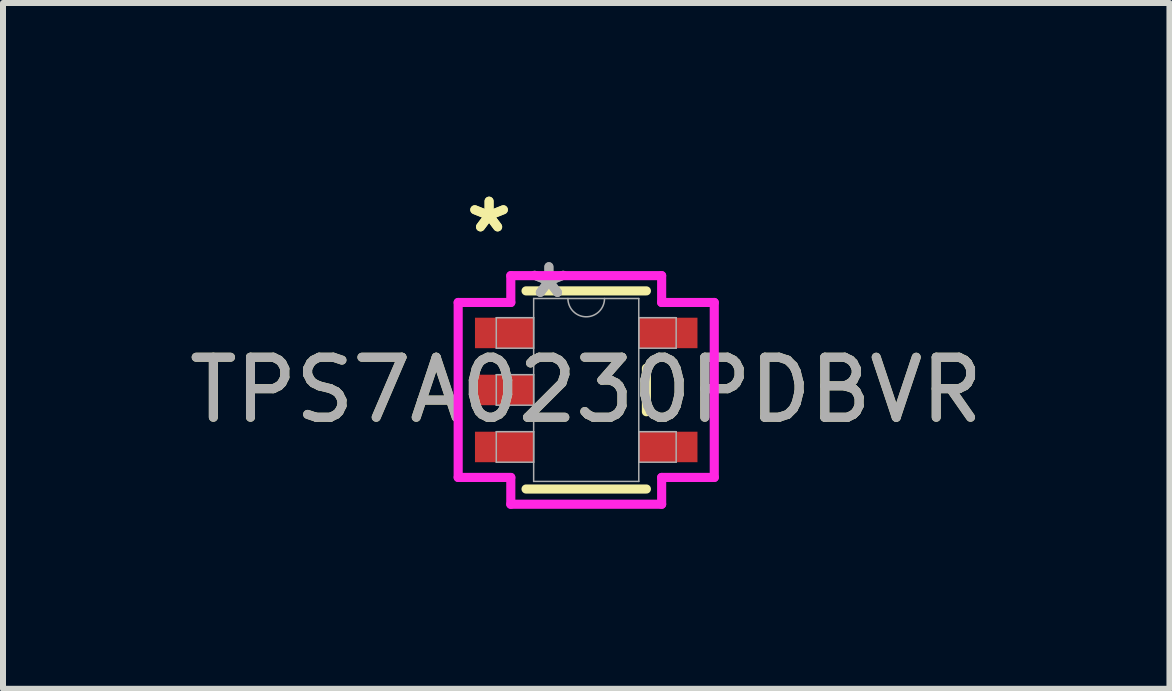
<source format=kicad_pcb>
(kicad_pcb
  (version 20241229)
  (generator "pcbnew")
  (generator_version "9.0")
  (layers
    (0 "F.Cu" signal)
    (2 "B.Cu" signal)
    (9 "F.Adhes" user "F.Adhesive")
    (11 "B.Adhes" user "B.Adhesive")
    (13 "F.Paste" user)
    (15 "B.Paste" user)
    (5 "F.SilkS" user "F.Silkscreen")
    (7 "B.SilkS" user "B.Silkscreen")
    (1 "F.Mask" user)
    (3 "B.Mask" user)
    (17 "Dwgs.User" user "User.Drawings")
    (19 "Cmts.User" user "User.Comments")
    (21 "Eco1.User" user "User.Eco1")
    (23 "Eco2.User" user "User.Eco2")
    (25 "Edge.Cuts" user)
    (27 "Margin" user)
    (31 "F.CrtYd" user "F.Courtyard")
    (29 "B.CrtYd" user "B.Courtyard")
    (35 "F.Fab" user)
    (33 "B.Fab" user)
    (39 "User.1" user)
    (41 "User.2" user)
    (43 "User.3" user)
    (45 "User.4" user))
  (footprint "TPS7A0230PDBVR"
    (layer "F.Cu")
    (at 6.72 3.449)
    (property "Reference" "TPS7A0230PDBVR" (at 0 0 0) (unlocked yes) (layer "F.SilkS") (effects (font (size 1 1) (thickness 0.15))))
    (attr smd)
    (fp_line (start -1.003 1.651) (end 1.003 1.651) (stroke (width 0.152) (type solid)) (layer "F.SilkS"))
    (fp_line (start 1.003 -1.651) (end -1.003 -1.651) (stroke (width 0.152) (type solid)) (layer "F.SilkS"))
    (fp_line (start 1.003 0.363) (end 1.003 -0.363) (stroke (width 0.152) (type solid)) (layer "F.SilkS"))
    (fp_line (start -2.134 -1.458) (end -1.257 -1.458) (stroke (width 0.152) (type solid)) (layer "F.CrtYd"))
    (fp_line (start -2.134 1.458) (end -2.134 -1.458) (stroke (width 0.152) (type solid)) (layer "F.CrtYd"))
    (fp_line (start -1.257 -1.905) (end 1.257 -1.905) (stroke (width 0.152) (type solid)) (layer "F.CrtYd"))
    (fp_line (start -1.257 -1.458) (end -1.257 -1.905) (stroke (width 0.152) (type solid)) (layer "F.CrtYd"))
    (fp_line (start -1.257 1.458) (end -2.134 1.458) (stroke (width 0.152) (type solid)) (layer "F.CrtYd"))
    (fp_line (start -1.257 1.905) (end -1.257 1.458) (stroke (width 0.152) (type solid)) (layer "F.CrtYd"))
    (fp_line (start 1.257 -1.905) (end 1.257 -1.458) (stroke (width 0.152) (type solid)) (layer "F.CrtYd"))
    (fp_line (start 1.257 -1.458) (end 2.134 -1.458) (stroke (width 0.152) (type solid)) (layer "F.CrtYd"))
    (fp_line (start 1.257 1.458) (end 1.257 1.905) (stroke (width 0.152) (type solid)) (layer "F.CrtYd"))
    (fp_line (start 1.257 1.905) (end -1.257 1.905) (stroke (width 0.152) (type solid)) (layer "F.CrtYd"))
    (fp_line (start 2.134 -1.458) (end 2.134 1.458) (stroke (width 0.152) (type solid)) (layer "F.CrtYd"))
    (fp_line (start 2.134 1.458) (end 1.257 1.458) (stroke (width 0.152) (type solid)) (layer "F.CrtYd"))
    (fp_line (start -1.499 -1.204) (end -1.499 -0.696) (stroke (width 0.025) (type solid)) (layer "F.Fab"))
    (fp_line (start -1.499 -0.696) (end -0.876 -0.696) (stroke (width 0.025) (type solid)) (layer "F.Fab"))
    (fp_line (start -1.499 -0.254) (end -1.499 0.254) (stroke (width 0.025) (type solid)) (layer "F.Fab"))
    (fp_line (start -1.499 0.254) (end -0.876 0.254) (stroke (width 0.025) (type solid)) (layer "F.Fab"))
    (fp_line (start -1.499 0.696) (end -1.499 1.204) (stroke (width 0.025) (type solid)) (layer "F.Fab"))
    (fp_line (start -1.499 1.204) (end -0.876 1.204) (stroke (width 0.025) (type solid)) (layer "F.Fab"))
    (fp_line (start -0.876 -1.524) (end -0.876 1.524) (stroke (width 0.025) (type solid)) (layer "F.Fab"))
    (fp_line (start -0.876 -1.204) (end -1.499 -1.204) (stroke (width 0.025) (type solid)) (layer "F.Fab"))
    (fp_line (start -0.876 -0.696) (end -0.876 -1.204) (stroke (width 0.025) (type solid)) (layer "F.Fab"))
    (fp_line (start -0.876 -0.254) (end -1.499 -0.254) (stroke (width 0.025) (type solid)) (layer "F.Fab"))
    (fp_line (start -0.876 0.254) (end -0.876 -0.254) (stroke (width 0.025) (type solid)) (layer "F.Fab"))
    (fp_line (start -0.876 0.696) (end -1.499 0.696) (stroke (width 0.025) (type solid)) (layer "F.Fab"))
    (fp_line (start -0.876 1.204) (end -0.876 0.696) (stroke (width 0.025) (type solid)) (layer "F.Fab"))
    (fp_line (start -0.876 1.524) (end 0.876 1.524) (stroke (width 0.025) (type solid)) (layer "F.Fab"))
    (fp_line (start 0.876 -1.524) (end -0.876 -1.524) (stroke (width 0.025) (type solid)) (layer "F.Fab"))
    (fp_line (start 0.876 -1.204) (end 0.876 -0.696) (stroke (width 0.025) (type solid)) (layer "F.Fab"))
    (fp_line (start 0.876 -0.696) (end 1.499 -0.696) (stroke (width 0.025) (type solid)) (layer "F.Fab"))
    (fp_line (start 0.876 0.696) (end 0.876 1.204) (stroke (width 0.025) (type solid)) (layer "F.Fab"))
    (fp_line (start 0.876 1.204) (end 1.499 1.204) (stroke (width 0.025) (type solid)) (layer "F.Fab"))
    (fp_line (start 0.876 1.524) (end 0.876 -1.524) (stroke (width 0.025) (type solid)) (layer "F.Fab"))
    (fp_line (start 1.499 -1.204) (end 0.876 -1.204) (stroke (width 0.025) (type solid)) (layer "F.Fab"))
    (fp_line (start 1.499 -0.696) (end 1.499 -1.204) (stroke (width 0.025) (type solid)) (layer "F.Fab"))
    (fp_line (start 1.499 0.696) (end 0.876 0.696) (stroke (width 0.025) (type solid)) (layer "F.Fab"))
    (fp_line (start 1.499 1.204) (end 1.499 0.696) (stroke (width 0.025) (type solid)) (layer "F.Fab"))
    (fp_arc (start 0.3048 -1.524) (mid 0 -1.2192) (end -0.3048 -1.524) (stroke (width 0.0254) (type solid)) (layer "F.Fab"))
    (fp_text user "*" (at -1.619 -2.601 0) (unlocked yes) (layer "F.SilkS") (effects (font (size 1 1) (thickness 0.15))))
    (fp_text user "*" (at -1.619 -2.601 0) (layer "F.SilkS") (effects (font (size 1 1) (thickness 0.15))))
    (fp_text user "*" (at -0.622 -1.509 0) (layer "F.Fab") (effects (font (size 1 1) (thickness 0.15))))
    (fp_text user "*" (at -0.622 -1.509 0) (unlocked yes) (layer "F.Fab") (effects (font (size 1 1) (thickness 0.15))))
    (fp_text user "${REFERENCE}" (at 0 0 0) (unlocked yes) (layer "F.Fab") (effects (font (size 1 1) (thickness 0.15))))
    (pad "1" smd rect (at -1.365 -0.95) (size 0.978 0.508) (layers "F.Cu" "F.Mask" "F.Paste"))
    (pad "2" smd rect (at -1.365 0) (size 0.978 0.508) (layers "F.Cu" "F.Mask" "F.Paste"))
    (pad "3" smd rect (at -1.365 0.95) (size 0.978 0.508) (layers "F.Cu" "F.Mask" "F.Paste"))
    (pad "4" smd rect (at 1.365 0.95) (size 0.978 0.508) (layers "F.Cu" "F.Mask" "F.Paste"))
    (pad "5" smd rect (at 1.365 -0.95) (size 0.978 0.508) (layers "F.Cu" "F.Mask" "F.Paste")))
  (gr_rect
    (start -3 -3)
    (end 16.44 8.43)
    (stroke (width 0.1) (type default))
    (fill no)
    (layer "Edge.Cuts")))
</source>
